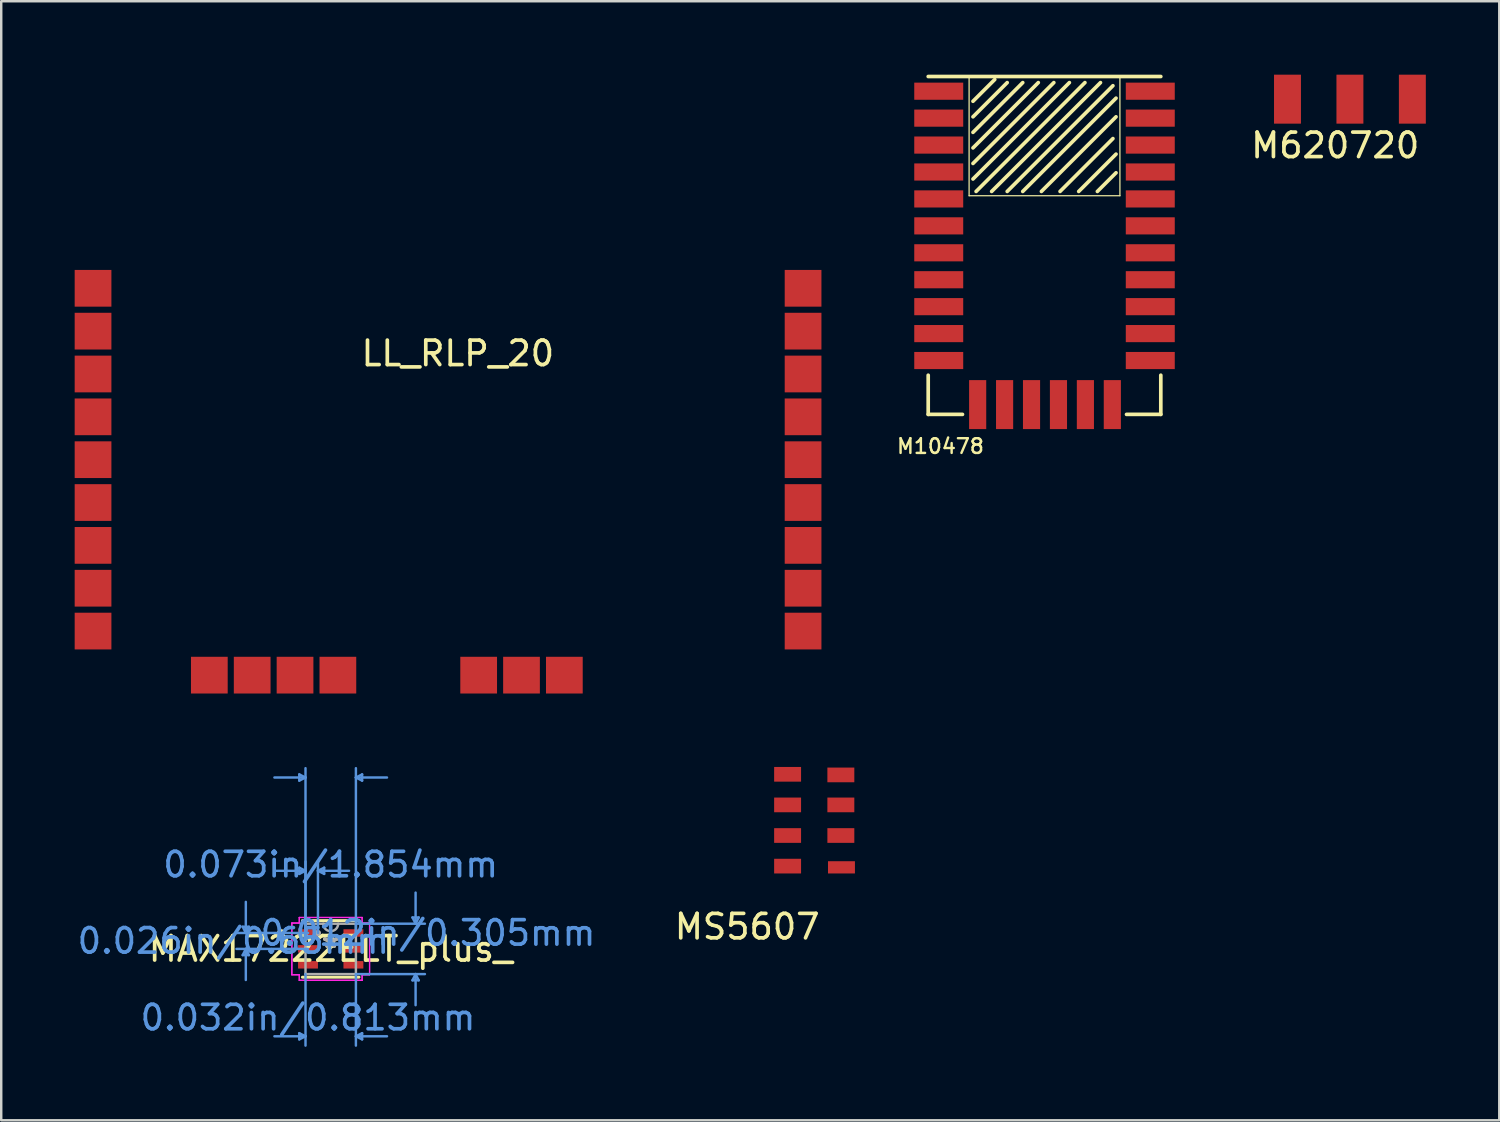
<source format=kicad_pcb>
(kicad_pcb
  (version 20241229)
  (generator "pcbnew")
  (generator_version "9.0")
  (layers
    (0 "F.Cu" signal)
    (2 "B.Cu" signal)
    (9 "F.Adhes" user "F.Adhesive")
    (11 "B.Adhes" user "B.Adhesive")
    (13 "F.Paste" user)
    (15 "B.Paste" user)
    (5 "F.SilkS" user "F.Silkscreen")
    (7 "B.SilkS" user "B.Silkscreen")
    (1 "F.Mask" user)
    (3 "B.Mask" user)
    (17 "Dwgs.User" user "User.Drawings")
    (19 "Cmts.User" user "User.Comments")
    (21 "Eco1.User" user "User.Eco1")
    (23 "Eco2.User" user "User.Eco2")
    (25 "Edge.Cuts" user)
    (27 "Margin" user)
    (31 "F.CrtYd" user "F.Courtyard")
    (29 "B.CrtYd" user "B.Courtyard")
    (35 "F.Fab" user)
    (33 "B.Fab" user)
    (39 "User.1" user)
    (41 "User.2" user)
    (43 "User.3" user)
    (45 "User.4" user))
  (footprint "MS5607"
    (layer "F.Cu")
    (at 28.568 32.625)
    (property "Reference" "MS5607" (at -1.1 2.175 0) (layer "F.SilkS") (effects (font (size 1 1) (thickness 0.15))))
    (attr through_hole)
    (pad "1" smd rect (at 2.75 -0.25) (size 1.1 0.5) (layers "F.Cu" "F.Mask" "F.Paste"))
    (pad "2" smd rect (at 2.725 -1.55) (size 1.1 0.6) (layers "F.Cu" "F.Mask" "F.Paste"))
    (pad "3" smd rect (at 2.725 -2.8) (size 1.1 0.6) (layers "F.Cu" "F.Mask" "F.Paste"))
    (pad "4" smd rect (at 2.725 -4.025) (size 1.1 0.6) (layers "F.Cu" "F.Mask" "F.Paste"))
    (pad "5" smd rect (at 0.55 -4.05) (size 1.1 0.6) (layers "F.Cu" "F.Mask" "F.Paste"))
    (pad "6" smd rect (at 0.55 -2.8) (size 1.1 0.6) (layers "F.Cu" "F.Mask" "F.Paste"))
    (pad "7" smd rect (at 0.55 -1.55) (size 1.1 0.6) (layers "F.Cu" "F.Mask" "F.Paste"))
    (pad "8" smd rect (at 0.55 -0.3) (size 1.1 0.6) (layers "F.Cu" "F.Mask" "F.Paste")))
  (footprint "M10478"
    (layer "F.Cu")
    (at 39.611 6.675)
    (property "Reference" "M10478" (at -4.25 8.5 0) (layer "F.SilkS") (effects (font (size 0.6 0.6) (thickness 0.1))))
    (attr through_hole)
    (fp_line (start -4.75 -6.6) (end 4.75 -6.6) (stroke (width 0.15) (type solid)) (layer "F.SilkS"))
    (fp_line (start -4.75 7.2) (end -4.75 5.6) (stroke (width 0.15) (type solid)) (layer "F.SilkS"))
    (fp_line (start -4.75 7.2) (end -3.35 7.2) (stroke (width 0.15) (type solid)) (layer "F.SilkS"))
    (fp_line (start -3.08 -6.6) (end 3.08 -6.6) (stroke (width 0.05) (type solid)) (layer "F.SilkS"))
    (fp_line (start -3.08 -1.73) (end -3.08 -6.6) (stroke (width 0.05) (type solid)) (layer "F.SilkS"))
    (fp_line (start -2.921 -5.589) (end -2.032 -6.478) (stroke (width 0.15) (type solid)) (layer "F.SilkS"))
    (fp_line (start -2.921 -4.954) (end -1.524 -6.351) (stroke (width 0.15) (type solid)) (layer "F.SilkS"))
    (fp_line (start -2.921 -4.319) (end -0.889 -6.351) (stroke (width 0.15) (type solid)) (layer "F.SilkS"))
    (fp_line (start -2.921 -3.684) (end -0.254 -6.351) (stroke (width 0.15) (type solid)) (layer "F.SilkS"))
    (fp_line (start -2.921 -3.049) (end 0.381 -6.351) (stroke (width 0.15) (type solid)) (layer "F.SilkS"))
    (fp_line (start -2.921 -2.414) (end 1.016 -6.351) (stroke (width 0.15) (type solid)) (layer "F.SilkS"))
    (fp_line (start -2.794 -1.906) (end 1.651 -6.351) (stroke (width 0.15) (type solid)) (layer "F.SilkS"))
    (fp_line (start -2.159 -1.906) (end 2.286 -6.351) (stroke (width 0.15) (type solid)) (layer "F.SilkS"))
    (fp_line (start -1.524 -1.906) (end 2.794 -6.224) (stroke (width 0.15) (type solid)) (layer "F.SilkS"))
    (fp_line (start -0.889 -1.906) (end 2.921 -5.716) (stroke (width 0.15) (type solid)) (layer "F.SilkS"))
    (fp_line (start -0.127 -1.906) (end 2.921 -4.954) (stroke (width 0.15) (type solid)) (layer "F.SilkS"))
    (fp_line (start 0.635 -1.906) (end 2.794 -4.065) (stroke (width 0.15) (type solid)) (layer "F.SilkS"))
    (fp_line (start 1.397 -1.906) (end 2.921 -3.43) (stroke (width 0.15) (type solid)) (layer "F.SilkS"))
    (fp_line (start 2.159 -1.906) (end 2.921 -2.668) (stroke (width 0.15) (type solid)) (layer "F.SilkS"))
    (fp_line (start 3.08 -6.6) (end 3.08 -1.73) (stroke (width 0.05) (type solid)) (layer "F.SilkS"))
    (fp_line (start 3.08 -1.73) (end -3.08 -1.73) (stroke (width 0.05) (type solid)) (layer "F.SilkS"))
    (fp_line (start 4.75 7.2) (end 3.35 7.2) (stroke (width 0.15) (type solid)) (layer "F.SilkS"))
    (fp_line (start 4.75 7.2) (end 4.75 5.6) (stroke (width 0.15) (type solid)) (layer "F.SilkS"))
    (pad "1" smd rect (at -4.32 -6) (size 2 0.7) (layers "F.Cu" "F.Mask" "F.Paste"))
    (pad "2" smd rect (at -4.32 -4.9) (size 2 0.7) (layers "F.Cu" "F.Mask" "F.Paste"))
    (pad "3" smd rect (at -4.32 -3.8) (size 2 0.7) (layers "F.Cu" "F.Mask" "F.Paste"))
    (pad "4" smd rect (at -4.32 -2.7) (size 2 0.7) (layers "F.Cu" "F.Mask" "F.Paste"))
    (pad "5" smd rect (at -4.32 -1.6) (size 2 0.7) (layers "F.Cu" "F.Mask" "F.Paste"))
    (pad "6" smd rect (at -4.32 -0.5) (size 2 0.7) (layers "F.Cu" "F.Mask" "F.Paste"))
    (pad "7" smd rect (at -4.32 0.6) (size 2 0.7) (layers "F.Cu" "F.Mask" "F.Paste"))
    (pad "8" smd rect (at -4.32 1.7) (size 2 0.7) (layers "F.Cu" "F.Mask" "F.Paste"))
    (pad "9" smd rect (at -4.32 2.8) (size 2 0.7) (layers "F.Cu" "F.Mask" "F.Paste"))
    (pad "10" smd rect (at -4.32 3.9) (size 2 0.7) (layers "F.Cu" "F.Mask" "F.Paste"))
    (pad "11" smd rect (at -4.32 5) (size 2 0.7) (layers "F.Cu" "F.Mask" "F.Paste"))
    (pad "12" smd rect (at -2.73 6.8) (size 0.7 2) (layers "F.Cu" "F.Mask" "F.Paste"))
    (pad "13" smd rect (at -1.63 6.8) (size 0.7 2) (layers "F.Cu" "F.Mask" "F.Paste"))
    (pad "14" smd rect (at -0.53 6.8) (size 0.7 2) (layers "F.Cu" "F.Mask" "F.Paste"))
    (pad "15" smd rect (at 0.57 6.8) (size 0.7 2) (layers "F.Cu" "F.Mask" "F.Paste"))
    (pad "16" smd rect (at 1.67 6.8) (size 0.7 2) (layers "F.Cu" "F.Mask" "F.Paste"))
    (pad "17" smd rect (at 2.77 6.8) (size 0.7 2) (layers "F.Cu" "F.Mask" "F.Paste"))
    (pad "18" smd rect (at 4.32 5) (size 2 0.7) (layers "F.Cu" "F.Mask" "F.Paste"))
    (pad "19" smd rect (at 4.32 3.9) (size 2 0.7) (layers "F.Cu" "F.Mask" "F.Paste"))
    (pad "20" smd rect (at 4.32 2.8) (size 2 0.7) (layers "F.Cu" "F.Mask" "F.Paste"))
    (pad "21" smd rect (at 4.32 1.7) (size 2 0.7) (layers "F.Cu" "F.Mask" "F.Paste"))
    (pad "22" smd rect (at 4.32 0.6) (size 2 0.7) (layers "F.Cu" "F.Mask" "F.Paste"))
    (pad "23" smd rect (at 4.32 -0.5) (size 2 0.7) (layers "F.Cu" "F.Mask" "F.Paste"))
    (pad "24" smd rect (at 4.32 -1.6) (size 2 0.7) (layers "F.Cu" "F.Mask" "F.Paste"))
    (pad "25" smd rect (at 4.32 -2.7) (size 2 0.7) (layers "F.Cu" "F.Mask" "F.Paste"))
    (pad "26" smd rect (at 4.32 -3.8) (size 2 0.7) (layers "F.Cu" "F.Mask" "F.Paste"))
    (pad "27" smd rect (at 4.32 -4.9) (size 2 0.7) (layers "F.Cu" "F.Mask" "F.Paste"))
    (pad "28" smd rect (at 4.32 -6) (size 2 0.7) (layers "F.Cu" "F.Mask" "F.Paste")))
  (footprint "MAX17222ELT_plus_"
    (layer "F.Cu")
    (at 10.457 35.706)
    (property "Reference" "MAX17222ELT_plus_" (at 0 0 0) (layer "F.SilkS") (effects (font (size 1 1) (thickness 0.15))))
    (attr through_hole)
    (fp_line (start -1.156 1.156) (end 1.156 1.156) (stroke (width 0.12) (type solid)) (layer "F.SilkS"))
    (fp_line (start 1.156 -1.156) (end -1.156 -1.156) (stroke (width 0.12) (type solid)) (layer "F.SilkS"))
    (fp_circle (center -2.034 -0.65) (end -1.933 -0.65) (stroke (width 0.12) (type solid)) (fill no) (layer "F.SilkS"))
    (fp_line (start -3.594 -0.904) (end -3.34 -0.904) (stroke (width 0.1) (type solid)) (layer "Cmts.User"))
    (fp_line (start -3.594 0.254) (end -3.34 0.254) (stroke (width 0.1) (type solid)) (layer "Cmts.User"))
    (fp_line (start -3.467 -0.65) (end -3.594 -0.904) (stroke (width 0.1) (type solid)) (layer "Cmts.User"))
    (fp_line (start -3.467 -0.65) (end -3.467 -1.92) (stroke (width 0.1) (type solid)) (layer "Cmts.User"))
    (fp_line (start -3.467 -0.65) (end -3.34 -0.904) (stroke (width 0.1) (type solid)) (layer "Cmts.User"))
    (fp_line (start -3.467 0) (end -3.594 0.254) (stroke (width 0.1) (type solid)) (layer "Cmts.User"))
    (fp_line (start -3.467 0) (end -3.467 1.27) (stroke (width 0.1) (type solid)) (layer "Cmts.User"))
    (fp_line (start -3.467 0) (end -3.34 0.254) (stroke (width 0.1) (type solid)) (layer "Cmts.User"))
    (fp_line (start -1.283 -7.127) (end -1.283 -6.873) (stroke (width 0.1) (type solid)) (layer "Cmts.User"))
    (fp_line (start -1.283 -3.317) (end -1.283 -3.063) (stroke (width 0.1) (type solid)) (layer "Cmts.User"))
    (fp_line (start -1.283 3.442) (end -1.283 3.696) (stroke (width 0.1) (type solid)) (layer "Cmts.User"))
    (fp_line (start -1.029 -7) (end -2.299 -7) (stroke (width 0.1) (type solid)) (layer "Cmts.User"))
    (fp_line (start -1.029 -7) (end -1.283 -7.127) (stroke (width 0.1) (type solid)) (layer "Cmts.User"))
    (fp_line (start -1.029 -7) (end -1.283 -6.873) (stroke (width 0.1) (type solid)) (layer "Cmts.User"))
    (fp_line (start -1.029 -3.19) (end -2.299 -3.19) (stroke (width 0.1) (type solid)) (layer "Cmts.User"))
    (fp_line (start -1.029 -3.19) (end -1.283 -3.317) (stroke (width 0.1) (type solid)) (layer "Cmts.User"))
    (fp_line (start -1.029 -3.19) (end -1.283 -3.063) (stroke (width 0.1) (type solid)) (layer "Cmts.User"))
    (fp_line (start -1.029 -0.65) (end -1.029 -7.381) (stroke (width 0.1) (type solid)) (layer "Cmts.User"))
    (fp_line (start -1.029 -0.65) (end -1.029 -3.571) (stroke (width 0.1) (type solid)) (layer "Cmts.User"))
    (fp_line (start -1.029 1.029) (end -1.029 3.95) (stroke (width 0.1) (type solid)) (layer "Cmts.User"))
    (fp_line (start -1.029 3.569) (end -2.299 3.569) (stroke (width 0.1) (type solid)) (layer "Cmts.User"))
    (fp_line (start -1.029 3.569) (end -1.283 3.442) (stroke (width 0.1) (type solid)) (layer "Cmts.User"))
    (fp_line (start -1.029 3.569) (end -1.283 3.696) (stroke (width 0.1) (type solid)) (layer "Cmts.User"))
    (fp_line (start -0.927 -0.65) (end -3.848 -0.65) (stroke (width 0.1) (type solid)) (layer "Cmts.User"))
    (fp_line (start -0.927 0) (end -3.848 0) (stroke (width 0.1) (type solid)) (layer "Cmts.User"))
    (fp_line (start -0.521 -3.19) (end -0.267 -3.317) (stroke (width 0.1) (type solid)) (layer "Cmts.User"))
    (fp_line (start -0.521 -3.19) (end -0.267 -3.063) (stroke (width 0.1) (type solid)) (layer "Cmts.User"))
    (fp_line (start -0.521 -3.19) (end 0.749 -3.19) (stroke (width 0.1) (type solid)) (layer "Cmts.User"))
    (fp_line (start -0.521 -0.65) (end -0.521 -3.571) (stroke (width 0.1) (type solid)) (layer "Cmts.User"))
    (fp_line (start -0.267 -3.317) (end -0.267 -3.063) (stroke (width 0.1) (type solid)) (layer "Cmts.User"))
    (fp_line (start 1.029 -7) (end 1.283 -7.127) (stroke (width 0.1) (type solid)) (layer "Cmts.User"))
    (fp_line (start 1.029 -7) (end 1.283 -6.873) (stroke (width 0.1) (type solid)) (layer "Cmts.User"))
    (fp_line (start 1.029 -7) (end 2.299 -7) (stroke (width 0.1) (type solid)) (layer "Cmts.User"))
    (fp_line (start 1.029 -1.029) (end 3.848 -1.029) (stroke (width 0.1) (type solid)) (layer "Cmts.User"))
    (fp_line (start 1.029 -0.65) (end 1.029 -7.381) (stroke (width 0.1) (type solid)) (layer "Cmts.User"))
    (fp_line (start 1.029 1.029) (end 1.029 3.95) (stroke (width 0.1) (type solid)) (layer "Cmts.User"))
    (fp_line (start 1.029 1.029) (end 3.848 1.029) (stroke (width 0.1) (type solid)) (layer "Cmts.User"))
    (fp_line (start 1.029 3.569) (end 1.283 3.442) (stroke (width 0.1) (type solid)) (layer "Cmts.User"))
    (fp_line (start 1.029 3.569) (end 1.283 3.696) (stroke (width 0.1) (type solid)) (layer "Cmts.User"))
    (fp_line (start 1.029 3.569) (end 2.299 3.569) (stroke (width 0.1) (type solid)) (layer "Cmts.User"))
    (fp_line (start 1.283 -7.127) (end 1.283 -6.873) (stroke (width 0.1) (type solid)) (layer "Cmts.User"))
    (fp_line (start 1.283 3.442) (end 1.283 3.696) (stroke (width 0.1) (type solid)) (layer "Cmts.User"))
    (fp_line (start 3.34 -1.283) (end 3.594 -1.283) (stroke (width 0.1) (type solid)) (layer "Cmts.User"))
    (fp_line (start 3.34 1.283) (end 3.594 1.283) (stroke (width 0.1) (type solid)) (layer "Cmts.User"))
    (fp_line (start 3.467 -1.029) (end 3.34 -1.283) (stroke (width 0.1) (type solid)) (layer "Cmts.User"))
    (fp_line (start 3.467 -1.029) (end 3.467 -2.299) (stroke (width 0.1) (type solid)) (layer "Cmts.User"))
    (fp_line (start 3.467 -1.029) (end 3.594 -1.283) (stroke (width 0.1) (type solid)) (layer "Cmts.User"))
    (fp_line (start 3.467 1.029) (end 3.34 1.283) (stroke (width 0.1) (type solid)) (layer "Cmts.User"))
    (fp_line (start 3.467 1.029) (end 3.467 2.299) (stroke (width 0.1) (type solid)) (layer "Cmts.User"))
    (fp_line (start 3.467 1.029) (end 3.594 1.283) (stroke (width 0.1) (type solid)) (layer "Cmts.User"))
    (fp_line (start -1.587 -1.056) (end -1.283 -1.056) (stroke (width 0.05) (type solid)) (layer "F.CrtYd"))
    (fp_line (start -1.587 -1.056) (end -1.283 -1.056) (stroke (width 0.05) (type solid)) (layer "F.CrtYd"))
    (fp_line (start -1.587 1.056) (end -1.587 -1.056) (stroke (width 0.05) (type solid)) (layer "F.CrtYd"))
    (fp_line (start -1.587 1.056) (end -1.587 -1.056) (stroke (width 0.05) (type solid)) (layer "F.CrtYd"))
    (fp_line (start -1.587 1.056) (end -1.283 1.056) (stroke (width 0.05) (type solid)) (layer "F.CrtYd"))
    (fp_line (start -1.283 -1.283) (end 1.283 -1.283) (stroke (width 0.05) (type solid)) (layer "F.CrtYd"))
    (fp_line (start -1.283 -1.283) (end 1.283 -1.283) (stroke (width 0.05) (type solid)) (layer "F.CrtYd"))
    (fp_line (start -1.283 -1.056) (end -1.283 -1.283) (stroke (width 0.05) (type solid)) (layer "F.CrtYd"))
    (fp_line (start -1.283 -1.056) (end -1.283 -1.283) (stroke (width 0.05) (type solid)) (layer "F.CrtYd"))
    (fp_line (start -1.283 1.056) (end -1.587 1.056) (stroke (width 0.05) (type solid)) (layer "F.CrtYd"))
    (fp_line (start -1.283 1.283) (end -1.283 1.056) (stroke (width 0.05) (type solid)) (layer "F.CrtYd"))
    (fp_line (start -1.283 1.283) (end -1.283 1.056) (stroke (width 0.05) (type solid)) (layer "F.CrtYd"))
    (fp_line (start 1.283 -1.283) (end 1.283 -1.056) (stroke (width 0.05) (type solid)) (layer "F.CrtYd"))
    (fp_line (start 1.283 -1.283) (end 1.283 -1.056) (stroke (width 0.05) (type solid)) (layer "F.CrtYd"))
    (fp_line (start 1.283 -1.056) (end 1.587 -1.056) (stroke (width 0.05) (type solid)) (layer "F.CrtYd"))
    (fp_line (start 1.283 1.056) (end 1.283 1.283) (stroke (width 0.05) (type solid)) (layer "F.CrtYd"))
    (fp_line (start 1.283 1.056) (end 1.283 1.283) (stroke (width 0.05) (type solid)) (layer "F.CrtYd"))
    (fp_line (start 1.283 1.283) (end -1.283 1.283) (stroke (width 0.05) (type solid)) (layer "F.CrtYd"))
    (fp_line (start 1.283 1.283) (end -1.283 1.283) (stroke (width 0.05) (type solid)) (layer "F.CrtYd"))
    (fp_line (start 1.587 -1.056) (end 1.283 -1.056) (stroke (width 0.05) (type solid)) (layer "F.CrtYd"))
    (fp_line (start 1.587 -1.056) (end 1.587 1.056) (stroke (width 0.05) (type solid)) (layer "F.CrtYd"))
    (fp_line (start 1.587 -1.056) (end 1.587 1.056) (stroke (width 0.05) (type solid)) (layer "F.CrtYd"))
    (fp_line (start 1.587 1.056) (end 1.283 1.056) (stroke (width 0.05) (type solid)) (layer "F.CrtYd"))
    (fp_line (start 1.587 1.056) (end 1.283 1.056) (stroke (width 0.05) (type solid)) (layer "F.CrtYd"))
    (fp_line (start -1.029 -1.029) (end -1.029 1.029) (stroke (width 0.1) (type solid)) (layer "F.Fab"))
    (fp_line (start -1.029 1.029) (end 1.029 1.029) (stroke (width 0.1) (type solid)) (layer "F.Fab"))
    (fp_line (start 1.029 -1.029) (end -1.029 -1.029) (stroke (width 0.1) (type solid)) (layer "F.Fab"))
    (fp_line (start 1.029 1.029) (end 1.029 -1.029) (stroke (width 0.1) (type solid)) (layer "F.Fab"))
    (fp_arc (start 0.3048 -1.0287) (mid 0 -0.7239) (end -0.3048 -1.0287) (stroke (width 0.1) (type solid)) (layer "F.Fab"))
    (fp_circle (center -0.521 -0.65) (end -0.445 -0.65) (stroke (width 0.1) (type solid)) (fill no) (layer "F.Fab"))
    (fp_text user "*" (at 0 0 0) (layer "F.SilkS") (effects (font (size 1 1) (thickness 0.15))))
    (fp_text user "0.026in/0.65mm" (at -3.975 -0.325 0) (layer "Cmts.User") (effects (font (size 1 1) (thickness 0.15))))
    (fp_text user "0.032in/0.813mm" (at -0.927 2.807 0) (layer "Cmts.User") (effects (font (size 1 1) (thickness 0.15))))
    (fp_text user "0.073in/1.854mm" (at 0 -3.442 0) (layer "Cmts.User") (effects (font (size 1 1) (thickness 0.15))))
    (fp_text user "0.012in/0.305mm" (at 3.975 -0.65 0) (layer "Cmts.User") (effects (font (size 1 1) (thickness 0.15))))
    (fp_text user "Copyright 2021 Accelerated Designs. All rights reserved." (at 0 0 0) (layer "Cmts.User") (effects (font (size 0.127 0.127) (thickness 0.002))))
    (fp_text user "*" (at 0 0 0) (layer "F.Fab") (effects (font (size 1 1) (thickness 0.15))))
    (pad "1" smd rect (at -0.927 -0.65) (size 0.813 0.305) (layers "F.Cu" "F.Mask" "F.Paste"))
    (pad "2" smd rect (at -0.927 0) (size 0.813 0.305) (layers "F.Cu" "F.Mask" "F.Paste"))
    (pad "3" smd rect (at -0.927 0.65) (size 0.813 0.305) (layers "F.Cu" "F.Mask" "F.Paste"))
    (pad "4" smd rect (at 0.927 0.65) (size 0.813 0.305) (layers "F.Cu" "F.Mask" "F.Paste"))
    (pad "5" smd rect (at 0.927 0) (size 0.813 0.305) (layers "F.Cu" "F.Mask" "F.Paste"))
    (pad "6" smd rect (at 0.927 -0.65) (size 0.813 0.305) (layers "F.Cu" "F.Mask" "F.Paste")))
  (footprint "M620720"
    (layer "F.Cu")
    (at 52.085 1)
    (property "Reference" "M620720" (at -0.6 1.89 0) (layer "F.SilkS") (effects (font (size 1 1) (thickness 0.15))))
    (attr through_hole)
    (pad "1" smd rect (at -2.55 0) (size 1.1 2) (layers "F.Cu" "F.Mask" "F.Paste"))
    (pad "2" smd rect (at 0 0) (size 1.1 2) (layers "F.Cu" "F.Mask" "F.Paste"))
    (pad "3" smd rect (at 2.55 0) (size 1.1 2) (layers "F.Cu" "F.Mask" "F.Paste")))
  (footprint "LL_RLP_20"
    (placed yes)
    (layer "F.Cu")
    (at 15.25 12.775)
    (property "Reference" "LL_RLP_20" (at 0.4 -1.39 0) (layer "F.SilkS") (effects (font (size 1 1) (thickness 0.15))))
    (attr through_hole)
    (fp_line (start -14.5 11.75) (end -14.5 -12.75) (stroke (width 0.05) (type solid)) (layer "B.Paste"))
    (fp_line (start 14.5 -12.75) (end -14.5 -12.75) (stroke (width 0.05) (type solid)) (layer "B.Paste"))
    (fp_line (start 14.5 11.75) (end -14.5 11.75) (stroke (width 0.05) (type solid)) (layer "B.Paste"))
    (fp_line (start 14.5 11.75) (end 14.5 -12.75) (stroke (width 0.05) (type solid)) (layer "B.Paste"))
    (pad "1" smd rect (at 14.5 -4.05) (size 1.5 1.5) (layers "F.Cu" "F.Mask" "F.Paste"))
    (pad "2" smd rect (at 14.5 -2.3) (size 1.5 1.5) (layers "F.Cu" "F.Mask" "F.Paste"))
    (pad "3" smd rect (at 14.5 -0.55) (size 1.5 1.5) (layers "F.Cu" "F.Mask" "F.Paste"))
    (pad "4" smd rect (at 14.5 1.2) (size 1.5 1.5) (layers "F.Cu" "F.Mask" "F.Paste"))
    (pad "5" smd rect (at 14.5 2.95) (size 1.5 1.5) (layers "F.Cu" "F.Mask" "F.Paste"))
    (pad "6" smd rect (at 14.5 4.7) (size 1.5 1.5) (layers "F.Cu" "F.Mask" "F.Paste"))
    (pad "7" smd rect (at 14.5 6.45) (size 1.5 1.5) (layers "F.Cu" "F.Mask" "F.Paste"))
    (pad "8" smd rect (at 14.5 8.2) (size 1.5 1.5) (layers "F.Cu" "F.Mask" "F.Paste"))
    (pad "9" smd rect (at 14.5 9.95) (size 1.5 1.5) (layers "F.Cu" "F.Mask" "F.Paste"))
    (pad "10" smd rect (at 4.75 11.75) (size 1.5 1.5) (layers "F.Cu" "F.Mask" "F.Paste"))
    (pad "11" smd rect (at 3 11.75) (size 1.5 1.5) (layers "F.Cu" "F.Mask" "F.Paste"))
    (pad "12" smd rect (at 1.25 11.75) (size 1.5 1.5) (layers "F.Cu" "F.Mask" "F.Paste"))
    (pad "13" smd rect (at -4.5 11.75) (size 1.5 1.5) (layers "F.Cu" "F.Mask" "F.Paste"))
    (pad "14" smd rect (at -6.25 11.75) (size 1.5 1.5) (layers "F.Cu" "F.Mask" "F.Paste"))
    (pad "15" smd rect (at -8 11.75) (size 1.5 1.5) (layers "F.Cu" "F.Mask" "F.Paste"))
    (pad "16" smd rect (at -9.75 11.75) (size 1.5 1.5) (layers "F.Cu" "F.Mask" "F.Paste"))
    (pad "17" smd rect (at -14.5 9.95) (size 1.5 1.5) (layers "F.Cu" "F.Mask" "F.Paste"))
    (pad "18" smd rect (at -14.5 8.2) (size 1.5 1.5) (layers "F.Cu" "F.Mask" "F.Paste"))
    (pad "19" smd rect (at -14.5 6.45) (size 1.5 1.5) (layers "F.Cu" "F.Mask" "F.Paste"))
    (pad "20" smd rect (at -14.5 4.7) (size 1.5 1.5) (layers "F.Cu" "F.Mask" "F.Paste"))
    (pad "21" smd rect (at -14.5 2.95) (size 1.5 1.5) (layers "F.Cu" "F.Mask" "F.Paste"))
    (pad "22" smd rect (at -14.5 1.2) (size 1.5 1.5) (layers "F.Cu" "F.Mask" "F.Paste"))
    (pad "23" smd rect (at -14.5 -0.55) (size 1.5 1.5) (layers "F.Cu" "F.Mask" "F.Paste"))
    (pad "24" smd rect (at -14.5 -2.3) (size 1.5 1.5) (layers "F.Cu" "F.Mask" "F.Paste"))
    (pad "25" smd rect (at -14.5 -4.05) (size 1.5 1.5) (layers "F.Cu" "F.Mask" "F.Paste")))
  (gr_rect
    (start -3 -3)
    (end 58.185 42.706)
    (stroke (width 0.1) (type default))
    (fill no)
    (layer "Edge.Cuts")))
</source>
